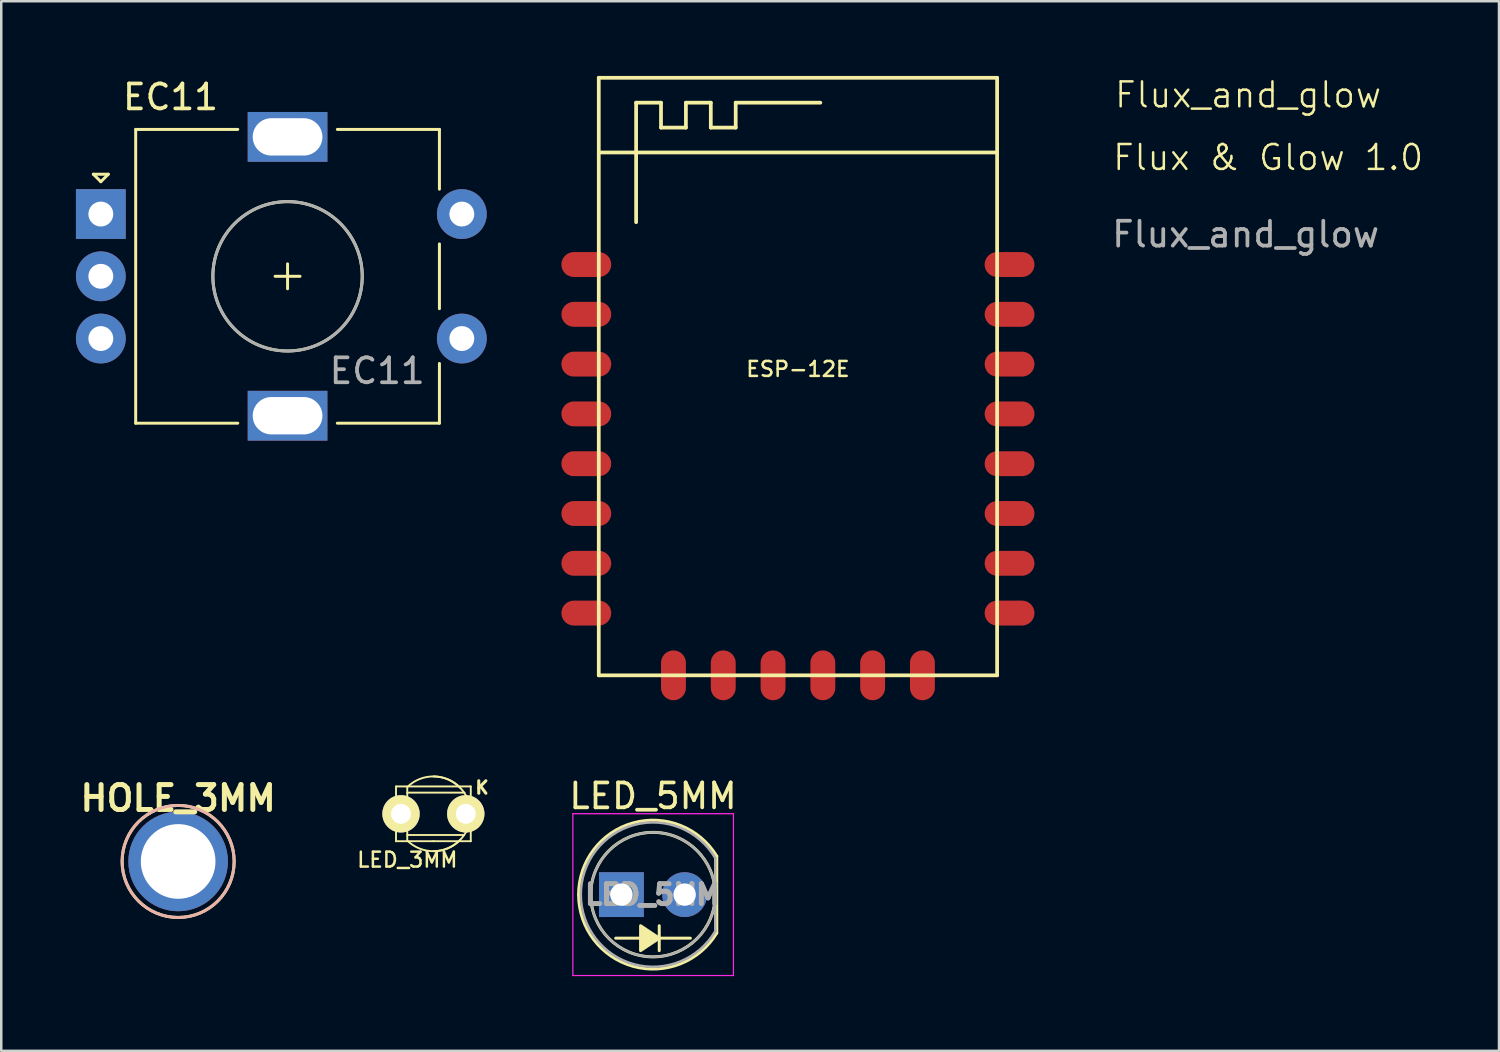
<source format=kicad_pcb>
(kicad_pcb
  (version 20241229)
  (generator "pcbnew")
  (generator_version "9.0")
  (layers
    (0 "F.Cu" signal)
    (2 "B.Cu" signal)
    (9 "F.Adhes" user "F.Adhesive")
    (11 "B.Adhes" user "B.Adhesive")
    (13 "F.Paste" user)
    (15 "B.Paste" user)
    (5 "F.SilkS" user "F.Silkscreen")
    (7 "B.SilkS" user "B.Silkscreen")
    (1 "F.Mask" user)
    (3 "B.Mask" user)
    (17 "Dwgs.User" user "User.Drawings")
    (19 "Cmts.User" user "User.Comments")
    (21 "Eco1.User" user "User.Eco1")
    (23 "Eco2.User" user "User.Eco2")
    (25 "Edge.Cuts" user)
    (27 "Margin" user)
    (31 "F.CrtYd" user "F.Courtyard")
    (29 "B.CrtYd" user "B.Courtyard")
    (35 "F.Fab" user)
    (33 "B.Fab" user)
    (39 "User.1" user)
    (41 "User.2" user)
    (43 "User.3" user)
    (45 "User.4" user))
  (footprint "ESP-12E"
    (layer "F.Cu")
    (at 29 14.075)
    (property "Reference" "ESP-12E" (at 0 -2.3 0) (layer "F.SilkS") (effects (font (size 0.6 0.6) (thickness 0.1))))
    (attr through_hole)
    (fp_line (start -8 -14) (end -8 10) (stroke (width 0.15) (type solid)) (layer "F.SilkS"))
    (fp_line (start -8 -11) (end 8 -11) (stroke (width 0.15) (type solid)) (layer "F.SilkS"))
    (fp_line (start -8 10) (end 8 10) (stroke (width 0.15) (type solid)) (layer "F.SilkS"))
    (fp_line (start -6.5 -13) (end -5.5 -13) (stroke (width 0.15) (type solid)) (layer "F.SilkS"))
    (fp_line (start -6.5 -8.2) (end -6.5 -13) (stroke (width 0.15) (type solid)) (layer "F.SilkS"))
    (fp_line (start -5.5 -13) (end -5.5 -12) (stroke (width 0.15) (type solid)) (layer "F.SilkS"))
    (fp_line (start -5.5 -12) (end -4.5 -12) (stroke (width 0.15) (type solid)) (layer "F.SilkS"))
    (fp_line (start -4.5 -13) (end -3.5 -13) (stroke (width 0.15) (type solid)) (layer "F.SilkS"))
    (fp_line (start -4.5 -12) (end -4.5 -13) (stroke (width 0.15) (type solid)) (layer "F.SilkS"))
    (fp_line (start -3.5 -13) (end -3.5 -12) (stroke (width 0.15) (type solid)) (layer "F.SilkS"))
    (fp_line (start -3.5 -12) (end -2.5 -12) (stroke (width 0.15) (type solid)) (layer "F.SilkS"))
    (fp_line (start -2.5 -13) (end 0.9 -13) (stroke (width 0.15) (type solid)) (layer "F.SilkS"))
    (fp_line (start -2.5 -12) (end -2.5 -13) (stroke (width 0.15) (type solid)) (layer "F.SilkS"))
    (fp_line (start 8 -14) (end -8 -14) (stroke (width 0.15) (type solid)) (layer "F.SilkS"))
    (fp_line (start 8 10) (end 8 -14) (stroke (width 0.15) (type solid)) (layer "F.SilkS"))
    (pad "1" smd oval (at -8.5 -6.5) (size 2 1) (layers "F.Cu" "F.Mask" "F.Paste"))
    (pad "2" smd oval (at -8.5 -4.5) (size 2 1) (layers "F.Cu" "F.Mask" "F.Paste"))
    (pad "3" smd oval (at -8.5 -2.5) (size 2 1) (layers "F.Cu" "F.Mask" "F.Paste"))
    (pad "4" smd oval (at -8.5 -0.5) (size 2 1) (layers "F.Cu" "F.Mask" "F.Paste"))
    (pad "5" smd oval (at -8.5 1.5) (size 2 1) (layers "F.Cu" "F.Mask" "F.Paste"))
    (pad "6" smd oval (at -8.5 3.5) (size 2 1) (layers "F.Cu" "F.Mask" "F.Paste"))
    (pad "7" smd oval (at -8.5 5.5) (size 2 1) (layers "F.Cu" "F.Mask" "F.Paste"))
    (pad "8" smd oval (at -8.5 7.5) (size 2 1) (layers "F.Cu" "F.Mask" "F.Paste"))
    (pad "9" smd oval (at -5 10 90) (size 2 1) (layers "F.Cu" "F.Mask" "F.Paste"))
    (pad "10" smd oval (at -3 10 90) (size 2 1) (layers "F.Cu" "F.Mask" "F.Paste"))
    (pad "11" smd oval (at -1 10 90) (size 2 1) (layers "F.Cu" "F.Mask" "F.Paste"))
    (pad "12" smd oval (at 1 10 90) (size 2 1) (layers "F.Cu" "F.Mask" "F.Paste"))
    (pad "13" smd oval (at 3 10 90) (size 2 1) (layers "F.Cu" "F.Mask" "F.Paste"))
    (pad "14" smd oval (at 5 10 90) (size 2 1) (layers "F.Cu" "F.Mask" "F.Paste"))
    (pad "15" smd oval (at 8.5 7.5) (size 2 1) (layers "F.Cu" "F.Mask" "F.Paste"))
    (pad "16" smd oval (at 8.5 5.5) (size 2 1) (layers "F.Cu" "F.Mask" "F.Paste"))
    (pad "17" smd oval (at 8.5 3.5) (size 2 1) (layers "F.Cu" "F.Mask" "F.Paste"))
    (pad "18" smd oval (at 8.5 1.5) (size 2 1) (layers "F.Cu" "F.Mask" "F.Paste"))
    (pad "19" smd oval (at 8.5 -0.5) (size 2 1) (layers "F.Cu" "F.Mask" "F.Paste"))
    (pad "20" smd oval (at 8.5 -2.5) (size 2 1) (layers "F.Cu" "F.Mask" "F.Paste"))
    (pad "21" smd oval (at 8.5 -4.5) (size 2 1) (layers "F.Cu" "F.Mask" "F.Paste"))
    (pad "22" smd oval (at 8.5 -6.5) (size 2 1) (layers "F.Cu" "F.Mask" "F.Paste")))
  (footprint "HOLE_3MM"
    (layer "F.Cu")
    (at 4.105 31.551)
    (property "Reference" "HOLE_3MM" (at 0 -2.54 0) (layer "F.SilkS") (effects (font (size 1 1) (thickness 0.2))))
    (attr through_hole)
    (fp_circle (center 0 0) (end 2.25 0) (stroke (width 0.12) (type solid)) (fill no) (layer "F.SilkS"))
    (fp_circle (center 0 0) (end 2.25 0) (stroke (width 0.12) (type solid)) (fill no) (layer "B.SilkS"))
    (pad "1" thru_hole circle (at 0 0) (size 4 4) (drill 3) (layers "*.Cu" "*.Paste" "*.Mask")))
  (footprint "LED_5MM"
    (layer "F.Cu")
    (at 23.179 32.883)
    (property "Reference" "LED_5MM" (at 0 -3.96 0) (layer "F.SilkS") (effects (font (size 1 1) (thickness 0.15))))
    (attr through_hole)
    (fp_line (start -1.5 1.75) (end 1.5 1.75) (stroke (width 0.12) (type solid)) (layer "F.SilkS"))
    (fp_line (start 0.25 1.25) (end 0.25 2.25) (stroke (width 0.12) (type solid)) (layer "F.SilkS"))
    (fp_line (start 2.56 -1.545) (end 2.56 1.545) (stroke (width 0.12) (type solid)) (layer "F.SilkS"))
    (fp_arc (start -2.99 0.000462) (mid -0.802002 -2.880433) (end 2.56 -1.54483) (stroke (width 0.12) (type solid)) (layer "F.SilkS"))
    (fp_arc (start 2.56 1.54483) (mid -0.802002 2.880433) (end -2.99 -0.000462) (stroke (width 0.12) (type solid)) (layer "F.SilkS"))
    (fp_circle (center 0 0) (end 2.5 0) (stroke (width 0.12) (type solid)) (fill no) (layer "F.SilkS"))
    (fp_poly (pts (xy 0.25 1.75) (xy -0.5 2.25) (xy -0.5 1.25)) (stroke (width 0.12) (type solid)) (fill yes) (layer "F.SilkS"))
    (fp_line (start -3.22 -3.25) (end -3.22 3.25) (stroke (width 0.05) (type solid)) (layer "F.CrtYd"))
    (fp_line (start -3.22 3.25) (end 3.23 3.25) (stroke (width 0.05) (type solid)) (layer "F.CrtYd"))
    (fp_line (start 3.23 -3.25) (end -3.22 -3.25) (stroke (width 0.05) (type solid)) (layer "F.CrtYd"))
    (fp_line (start 3.23 3.25) (end 3.23 -3.25) (stroke (width 0.05) (type solid)) (layer "F.CrtYd"))
    (fp_line (start 2.5 -1.47) (end 2.5 1.47) (stroke (width 0.1) (type solid)) (layer "F.Fab"))
    (fp_arc (start 2.500016 1.469666) (mid -2.9 0.000016) (end 2.5 -1.469694) (stroke (width 0.1) (type solid)) (layer "F.Fab"))
    (fp_circle (center 0 0) (end 2.5 0) (stroke (width 0.1) (type solid)) (fill no) (layer "F.Fab"))
    (fp_text user "${REFERENCE}" (at -0.02 0 0) (layer "F.Fab") (effects (font (size 0.8 0.8) (thickness 0.2))))
    (pad "1" thru_hole rect (at -1.27 0) (size 1.8 1.8) (drill 0.9) (layers "*.Cu" "*.Mask" "B.Paste"))
    (pad "2" thru_hole circle (at 1.27 0) (size 1.8 1.8) (drill 0.9) (layers "*.Cu" "*.Mask" "B.Paste")))
  (footprint "LED_3MM"
    (layer "F.Cu")
    (at 14.36 29.635)
    (property "Reference" "LED_3MM" (at -1.049 1.849 0) (layer "F.SilkS") (effects (font (size 0.599 0.599) (thickness 0.099))))
    (attr through_hole)
    (fp_line (start -1.504 -1.097) (end -1.504 1.102) (stroke (width 0.076) (type solid)) (layer "F.SilkS"))
    (fp_line (start -1.504 1.102) (end -0.003 1.102) (stroke (width 0.076) (type solid)) (layer "F.SilkS"))
    (fp_line (start -1.052 -1.046) (end -1.052 1.052) (stroke (width 0.076) (type solid)) (layer "F.SilkS"))
    (fp_line (start -0.003 1.102) (end 1.499 1.102) (stroke (width 0.076) (type solid)) (layer "F.SilkS"))
    (fp_line (start 1.222 0.853) (end -1.052 0.853) (stroke (width 0.076) (type solid)) (layer "F.SilkS"))
    (fp_line (start 1.247 -0.848) (end -1.052 -0.848) (stroke (width 0.076) (type solid)) (layer "F.SilkS"))
    (fp_line (start 1.499 -1.097) (end -1.504 -1.097) (stroke (width 0.076) (type solid)) (layer "F.SilkS"))
    (fp_line (start 1.499 1.102) (end 1.499 -1.097) (stroke (width 0.076) (type solid)) (layer "F.SilkS"))
    (fp_arc (start -1.05156 -1.07188) (mid 0.015421 -1.498959) (end 1.07188 -1.04648) (stroke (width 0.0762) (type solid)) (layer "F.SilkS"))
    (fp_arc (start -0.00254 -1.4986) (mid 1.058926 -1.058926) (end 1.4986 0.00254) (stroke (width 0.0762) (type solid)) (layer "F.SilkS"))
    (fp_arc (start 1.07188 1.05156) (mid 0.015421 1.504039) (end -1.05156 1.07696) (stroke (width 0.0762) (type solid)) (layer "F.SilkS"))
    (fp_arc (start 1.4986 0.00254) (mid 1.058926 1.064006) (end -0.00254 1.50368) (stroke (width 0.0762) (type solid)) (layer "F.SilkS"))
    (fp_text user "K" (at 1.951 -1.049 180) (layer "F.SilkS") (effects (font (size 0.5 0.5) (thickness 0.124))))
    (pad "1" thru_hole circle (at -1.303 0.003 180) (size 1.5 1.5) (drill 0.8) (layers "*.Cu" "*.Paste" "*.Mask" "F.SilkS"))
    (pad "2" thru_hole circle (at 1.298 0.003 180) (size 1.5 1.5) (drill 0.8) (layers "*.Cu" "*.Paste" "*.Mask" "F.SilkS")))
  (footprint "EC11"
    (layer "F.Cu")
    (at 8.5 8.048)
    (property "Reference" "EC11" (at -4.7 -7.2 0) (layer "F.SilkS") (effects (font (size 1 1) (thickness 0.15))))
    (attr through_hole)
    (fp_line (start -7.8 -4.1) (end -7.2 -4.1) (stroke (width 0.12) (type solid)) (layer "F.SilkS"))
    (fp_line (start -7.5 -3.8) (end -7.8 -4.1) (stroke (width 0.12) (type solid)) (layer "F.SilkS"))
    (fp_line (start -7.2 -4.1) (end -7.5 -3.8) (stroke (width 0.12) (type solid)) (layer "F.SilkS"))
    (fp_line (start -6.1 -5.9) (end -6.1 5.9) (stroke (width 0.12) (type solid)) (layer "F.SilkS"))
    (fp_line (start -2 -5.9) (end -6.1 -5.9) (stroke (width 0.12) (type solid)) (layer "F.SilkS"))
    (fp_line (start -2 5.9) (end -6.1 5.9) (stroke (width 0.12) (type solid)) (layer "F.SilkS"))
    (fp_line (start -0.5 0) (end 0.5 0) (stroke (width 0.12) (type solid)) (layer "F.SilkS"))
    (fp_line (start 0 -0.5) (end 0 0.5) (stroke (width 0.12) (type solid)) (layer "F.SilkS"))
    (fp_line (start 2 -5.9) (end 6.1 -5.9) (stroke (width 0.12) (type solid)) (layer "F.SilkS"))
    (fp_line (start 6.1 -5.9) (end 6.1 -3.5) (stroke (width 0.12) (type solid)) (layer "F.SilkS"))
    (fp_line (start 6.1 -1.3) (end 6.1 1.3) (stroke (width 0.12) (type solid)) (layer "F.SilkS"))
    (fp_line (start 6.1 3.5) (end 6.1 5.9) (stroke (width 0.12) (type solid)) (layer "F.SilkS"))
    (fp_line (start 6.1 5.9) (end 2 5.9) (stroke (width 0.12) (type solid)) (layer "F.SilkS"))
    (fp_circle (center 0 0) (end 3 0) (stroke (width 0.12) (type solid)) (fill no) (layer "F.SilkS"))
    (fp_circle (center 0 0) (end 3 0) (stroke (width 0.12) (type solid)) (fill no) (layer "F.Fab"))
    (fp_text user "${REFERENCE}" (at 3.6 3.8 0) (layer "F.Fab") (effects (font (size 1 1) (thickness 0.15))))
    (pad "A" thru_hole rect (at -7.5 -2.5) (size 2 2) (drill 1) (layers "*.Cu" "*.Mask"))
    (pad "B" thru_hole circle (at -7.5 2.5) (size 2 2) (drill 1) (layers "*.Cu" "*.Mask"))
    (pad "C" thru_hole circle (at -7.5 0) (size 2 2) (drill 1) (layers "*.Cu" "*.Mask"))
    (pad "MP" thru_hole rect (at 0 -5.6) (size 3.2 2) (drill oval 2.8 1.5) (layers "*.Cu" "*.Mask"))
    (pad "MP" thru_hole rect (at 0 5.6) (size 3.2 2) (drill oval 2.8 1.5) (layers "*.Cu" "*.Mask"))
    (pad "S1" thru_hole circle (at 7 2.5) (size 2 2) (drill 1) (layers "*.Cu" "*.Mask"))
    (pad "S2" thru_hole circle (at 7 -2.5) (size 2 2) (drill 1) (layers "*.Cu" "*.Mask")))
  (footprint "Flux_and_glow"
    (layer "F.Cu")
    (at 46.982 3.861)
    (property "Reference" "Flux_and_glow" (at 0.1 -3.1 0) (unlocked yes) (layer "F.SilkS") (effects (font (size 1 1) (thickness 0.1))))
    (attr smd)
    (fp_text user "Flux & Glow 1.0" (at -5.4 0 0) (unlocked yes) (layer "F.SilkS") (effects (font (size 1 1) (thickness 0.1)) (justify left bottom)))
    (fp_text user "${REFERENCE}" (at 0 2.5 0) (unlocked yes) (layer "F.Fab") (effects (font (size 1 1) (thickness 0.15)))))
  (gr_rect
    (start -3 -3)
    (end 57.158 39.158)
    (stroke (width 0.1) (type default))
    (fill no)
    (layer "Edge.Cuts")))
</source>
